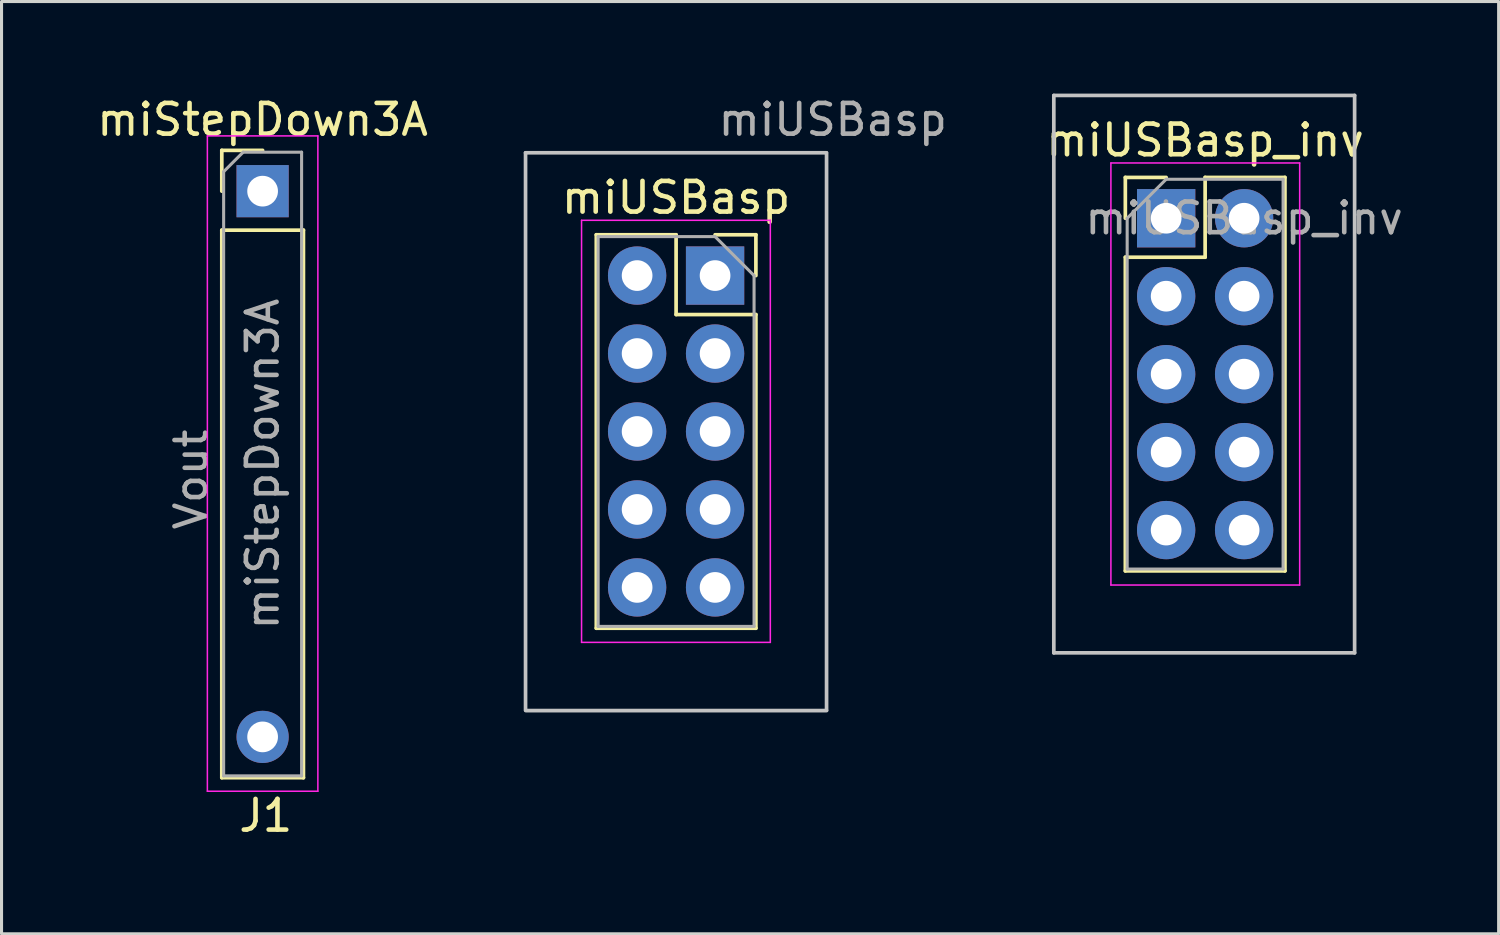
<source format=kicad_pcb>
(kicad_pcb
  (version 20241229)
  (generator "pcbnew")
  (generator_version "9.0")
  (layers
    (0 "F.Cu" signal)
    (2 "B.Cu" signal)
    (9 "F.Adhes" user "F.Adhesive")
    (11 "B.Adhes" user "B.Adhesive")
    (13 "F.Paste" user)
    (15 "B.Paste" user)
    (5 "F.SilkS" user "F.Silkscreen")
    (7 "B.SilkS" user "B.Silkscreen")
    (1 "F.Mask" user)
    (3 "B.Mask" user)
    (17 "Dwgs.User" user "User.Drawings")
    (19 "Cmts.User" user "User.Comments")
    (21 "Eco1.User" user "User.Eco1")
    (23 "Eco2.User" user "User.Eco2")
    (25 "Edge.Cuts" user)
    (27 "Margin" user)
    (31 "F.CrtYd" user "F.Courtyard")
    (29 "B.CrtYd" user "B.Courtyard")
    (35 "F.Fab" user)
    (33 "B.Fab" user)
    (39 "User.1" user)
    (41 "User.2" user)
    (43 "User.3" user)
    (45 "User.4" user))
  (footprint "miUSBasp_inv"
    (layer "F.Cu")
    (at 37.483 4.06)
    (property "Reference" "miUSBasp_inv" (at -1.27 -2.54 0) (layer "F.SilkS") (effects (font (size 1 1) (thickness 0.15))))
    (attr through_hole)
    (fp_line (start -3.87 -1.33) (end -2.54 -1.33) (stroke (width 0.12) (type solid)) (layer "F.SilkS"))
    (fp_line (start -3.87 0) (end -3.87 -1.33) (stroke (width 0.12) (type solid)) (layer "F.SilkS"))
    (fp_line (start -3.87 1.27) (end -3.87 11.49) (stroke (width 0.12) (type solid)) (layer "F.SilkS"))
    (fp_line (start -3.87 1.27) (end -1.27 1.27) (stroke (width 0.12) (type solid)) (layer "F.SilkS"))
    (fp_line (start -3.87 11.49) (end 1.33 11.49) (stroke (width 0.12) (type solid)) (layer "F.SilkS"))
    (fp_line (start -1.27 -1.33) (end 1.33 -1.33) (stroke (width 0.12) (type solid)) (layer "F.SilkS"))
    (fp_line (start -1.27 1.27) (end -1.27 -1.33) (stroke (width 0.12) (type solid)) (layer "F.SilkS"))
    (fp_line (start 1.33 -1.33) (end 1.33 11.49) (stroke (width 0.12) (type solid)) (layer "F.SilkS"))
    (fp_line (start -6.2 -4) (end 3.6 -4) (stroke (width 0.12) (type solid)) (layer "Dwgs.User"))
    (fp_line (start -6.2 14.16) (end -6.2 -4) (stroke (width 0.12) (type solid)) (layer "Dwgs.User"))
    (fp_line (start -6.2 14.16) (end 3.6 14.16) (stroke (width 0.12) (type solid)) (layer "Dwgs.User"))
    (fp_line (start 3.6 14.16) (end 3.6 -4) (stroke (width 0.12) (type solid)) (layer "Dwgs.User"))
    (fp_line (start -4.34 -1.8) (end -4.34 11.95) (stroke (width 0.05) (type solid)) (layer "F.CrtYd"))
    (fp_line (start -4.34 11.95) (end 1.81 11.95) (stroke (width 0.05) (type solid)) (layer "F.CrtYd"))
    (fp_line (start 1.81 -1.8) (end -4.34 -1.8) (stroke (width 0.05) (type solid)) (layer "F.CrtYd"))
    (fp_line (start 1.81 11.95) (end 1.81 -1.8) (stroke (width 0.05) (type solid)) (layer "F.CrtYd"))
    (fp_line (start -3.81 0) (end -2.54 -1.27) (stroke (width 0.1) (type solid)) (layer "F.Fab"))
    (fp_line (start -3.81 11.43) (end -3.81 0) (stroke (width 0.1) (type solid)) (layer "F.Fab"))
    (fp_line (start -2.54 -1.27) (end 1.27 -1.27) (stroke (width 0.1) (type solid)) (layer "F.Fab"))
    (fp_line (start 1.27 -1.27) (end 1.27 11.43) (stroke (width 0.1) (type solid)) (layer "F.Fab"))
    (fp_line (start 1.27 11.43) (end -3.81 11.43) (stroke (width 0.1) (type solid)) (layer "F.Fab"))
    (fp_text user "${REFERENCE}" (at 0 0 180) (layer "F.Fab") (effects (font (size 1 1) (thickness 0.15))))
    (pad "1" thru_hole rect (at -2.54 0) (size 1.9 1.9) (drill 1) (layers "*.Cu" "*.Mask"))
    (pad "2" thru_hole oval (at 0 0) (size 1.9 1.9) (drill 1) (layers "*.Cu" "*.Mask"))
    (pad "3" thru_hole oval (at -2.54 2.54) (size 1.9 1.9) (drill 1) (layers "*.Cu" "*.Mask"))
    (pad "4" thru_hole oval (at 0 2.54) (size 1.9 1.9) (drill 1) (layers "*.Cu" "*.Mask"))
    (pad "5" thru_hole oval (at -2.54 5.08) (size 1.9 1.9) (drill 1) (layers "*.Cu" "*.Mask"))
    (pad "6" thru_hole oval (at 0 5.08) (size 1.9 1.9) (drill 1) (layers "*.Cu" "*.Mask"))
    (pad "7" thru_hole oval (at -2.54 7.62) (size 1.9 1.9) (drill 1) (layers "*.Cu" "*.Mask"))
    (pad "8" thru_hole oval (at 0 7.62) (size 1.9 1.9) (drill 1) (layers "*.Cu" "*.Mask"))
    (pad "9" thru_hole oval (at -2.54 10.16) (size 1.9 1.9) (drill 1) (layers "*.Cu" "*.Mask"))
    (pad "10" thru_hole oval (at 0 10.16) (size 1.9 1.9) (drill 1) (layers "*.Cu" "*.Mask")))
  (footprint "miUSBasp"
    (layer "F.Cu")
    (at 20.272 5.928)
    (property "Reference" "miUSBasp" (at -1.295 -2.54 0) (layer "F.SilkS") (effects (font (size 1 1) (thickness 0.15))))
    (attr through_hole)
    (fp_line (start -3.895 -1.33) (end -3.895 11.49) (stroke (width 0.12) (type solid)) (layer "F.SilkS"))
    (fp_line (start -1.295 -1.33) (end -3.895 -1.33) (stroke (width 0.12) (type solid)) (layer "F.SilkS"))
    (fp_line (start -1.295 1.27) (end -1.295 -1.33) (stroke (width 0.12) (type solid)) (layer "F.SilkS"))
    (fp_line (start 1.305 -1.33) (end -0.025 -1.33) (stroke (width 0.12) (type solid)) (layer "F.SilkS"))
    (fp_line (start 1.305 0) (end 1.305 -1.33) (stroke (width 0.12) (type solid)) (layer "F.SilkS"))
    (fp_line (start 1.305 1.27) (end -1.295 1.27) (stroke (width 0.12) (type solid)) (layer "F.SilkS"))
    (fp_line (start 1.305 1.27) (end 1.305 11.49) (stroke (width 0.12) (type solid)) (layer "F.SilkS"))
    (fp_line (start 1.305 11.49) (end -3.895 11.49) (stroke (width 0.12) (type solid)) (layer "F.SilkS"))
    (fp_line (start -6.2 -4) (end 3.6 -4) (stroke (width 0.12) (type solid)) (layer "Dwgs.User"))
    (fp_line (start -6.2 14.16) (end -6.2 -4) (stroke (width 0.12) (type solid)) (layer "Dwgs.User"))
    (fp_line (start -6.193 14.173) (end 3.607 14.173) (stroke (width 0.12) (type solid)) (layer "Dwgs.User"))
    (fp_line (start 3.607 14.16) (end 3.607 -4) (stroke (width 0.12) (type solid)) (layer "Dwgs.User"))
    (fp_line (start -4.375 -1.8) (end 1.775 -1.8) (stroke (width 0.05) (type solid)) (layer "F.CrtYd"))
    (fp_line (start -4.375 11.95) (end -4.375 -1.8) (stroke (width 0.05) (type solid)) (layer "F.CrtYd"))
    (fp_line (start 1.775 -1.8) (end 1.775 11.95) (stroke (width 0.05) (type solid)) (layer "F.CrtYd"))
    (fp_line (start 1.775 11.95) (end -4.375 11.95) (stroke (width 0.05) (type solid)) (layer "F.CrtYd"))
    (fp_line (start -3.835 -1.27) (end -3.835 11.43) (stroke (width 0.1) (type solid)) (layer "F.Fab"))
    (fp_line (start -3.835 11.43) (end 1.245 11.43) (stroke (width 0.1) (type solid)) (layer "F.Fab"))
    (fp_line (start -0.025 -1.27) (end -3.835 -1.27) (stroke (width 0.1) (type solid)) (layer "F.Fab"))
    (fp_line (start 1.245 0) (end -0.025 -1.27) (stroke (width 0.1) (type solid)) (layer "F.Fab"))
    (fp_line (start 1.245 11.43) (end 1.245 0) (stroke (width 0.1) (type solid)) (layer "F.Fab"))
    (fp_text user "${REFERENCE}" (at 3.81 -5.08 180) (layer "F.Fab") (effects (font (size 1 1) (thickness 0.15))))
    (pad "1" thru_hole rect (at -0.025 0) (size 1.9 1.9) (drill 1) (layers "*.Cu" "*.Mask"))
    (pad "2" thru_hole oval (at -2.565 0) (size 1.9 1.9) (drill 1) (layers "*.Cu" "*.Mask"))
    (pad "3" thru_hole oval (at -0.025 2.54) (size 1.9 1.9) (drill 1) (layers "*.Cu" "*.Mask"))
    (pad "4" thru_hole oval (at -2.565 2.54) (size 1.9 1.9) (drill 1) (layers "*.Cu" "*.Mask"))
    (pad "5" thru_hole oval (at -0.025 5.08) (size 1.9 1.9) (drill 1) (layers "*.Cu" "*.Mask"))
    (pad "6" thru_hole oval (at -2.565 5.08) (size 1.9 1.9) (drill 1) (layers "*.Cu" "*.Mask"))
    (pad "7" thru_hole oval (at -0.025 7.62) (size 1.9 1.9) (drill 1) (layers "*.Cu" "*.Mask"))
    (pad "8" thru_hole oval (at -2.565 7.62) (size 1.9 1.9) (drill 1) (layers "*.Cu" "*.Mask"))
    (pad "9" thru_hole oval (at -0.025 10.16) (size 1.9 1.9) (drill 1) (layers "*.Cu" "*.Mask"))
    (pad "10" thru_hole oval (at -2.565 10.16) (size 1.9 1.9) (drill 1) (layers "*.Cu" "*.Mask")))
  (footprint "miStepDown3A"
    (layer "F.Cu")
    (at 5.506 3.178)
    (property "Reference" "miStepDown3A" (at 0 -2.33 0) (layer "F.SilkS") (effects (font (size 1 1) (thickness 0.15))))
    (attr through_hole)
    (fp_line (start -1.33 -1.33) (end 0 -1.33) (stroke (width 0.12) (type solid)) (layer "F.SilkS"))
    (fp_line (start -1.33 0) (end -1.33 -1.33) (stroke (width 0.12) (type solid)) (layer "F.SilkS"))
    (fp_line (start -1.33 1.27) (end -1.33 19.11) (stroke (width 0.12) (type solid)) (layer "F.SilkS"))
    (fp_line (start -1.33 1.27) (end 1.33 1.27) (stroke (width 0.12) (type solid)) (layer "F.SilkS"))
    (fp_line (start -1.33 19.11) (end 1.33 19.11) (stroke (width 0.12) (type solid)) (layer "F.SilkS"))
    (fp_line (start 1.33 1.27) (end 1.33 19.11) (stroke (width 0.12) (type solid)) (layer "F.SilkS"))
    (fp_line (start -1.8 -1.8) (end -1.8 19.55) (stroke (width 0.05) (type solid)) (layer "F.CrtYd"))
    (fp_line (start -1.8 19.55) (end 1.8 19.55) (stroke (width 0.05) (type solid)) (layer "F.CrtYd"))
    (fp_line (start 1.8 -1.8) (end -1.8 -1.8) (stroke (width 0.05) (type solid)) (layer "F.CrtYd"))
    (fp_line (start 1.8 19.55) (end 1.8 -1.8) (stroke (width 0.05) (type solid)) (layer "F.CrtYd"))
    (fp_line (start -1.27 -0.635) (end -0.635 -1.27) (stroke (width 0.1) (type solid)) (layer "F.Fab"))
    (fp_line (start -1.27 19.05) (end -1.27 -0.635) (stroke (width 0.1) (type solid)) (layer "F.Fab"))
    (fp_line (start -0.635 -1.27) (end 1.27 -1.27) (stroke (width 0.1) (type solid)) (layer "F.Fab"))
    (fp_line (start 1.27 -1.27) (end 1.27 19.05) (stroke (width 0.1) (type solid)) (layer "F.Fab"))
    (fp_line (start 1.27 19.05) (end -1.27 19.05) (stroke (width 0.1) (type solid)) (layer "F.Fab"))
    (fp_text user "J1" (at 0.102 20.345 180) (layer "F.SilkS") (effects (font (size 1 1) (thickness 0.15))))
    (fp_text user "${REFERENCE}" (at 0 8.89 270) (layer "F.Fab") (effects (font (size 1 1) (thickness 0.15))))
    (fp_text user "Vout" (at -2.327 9.393 270) (layer "F.Fab") (effects (font (size 1 1) (thickness 0.15))))
    (pad "1" thru_hole rect (at 0 0) (size 1.7 1.7) (drill 1) (layers "*.Cu" "*.Mask"))
    (pad "2" thru_hole oval (at 0 17.78) (size 1.7 1.7) (drill 1) (layers "*.Cu" "*.Mask")))
  (gr_rect
    (start -3 -3)
    (end 45.775 27.372)
    (stroke (width 0.1) (type default))
    (fill no)
    (layer "Edge.Cuts")))
</source>
